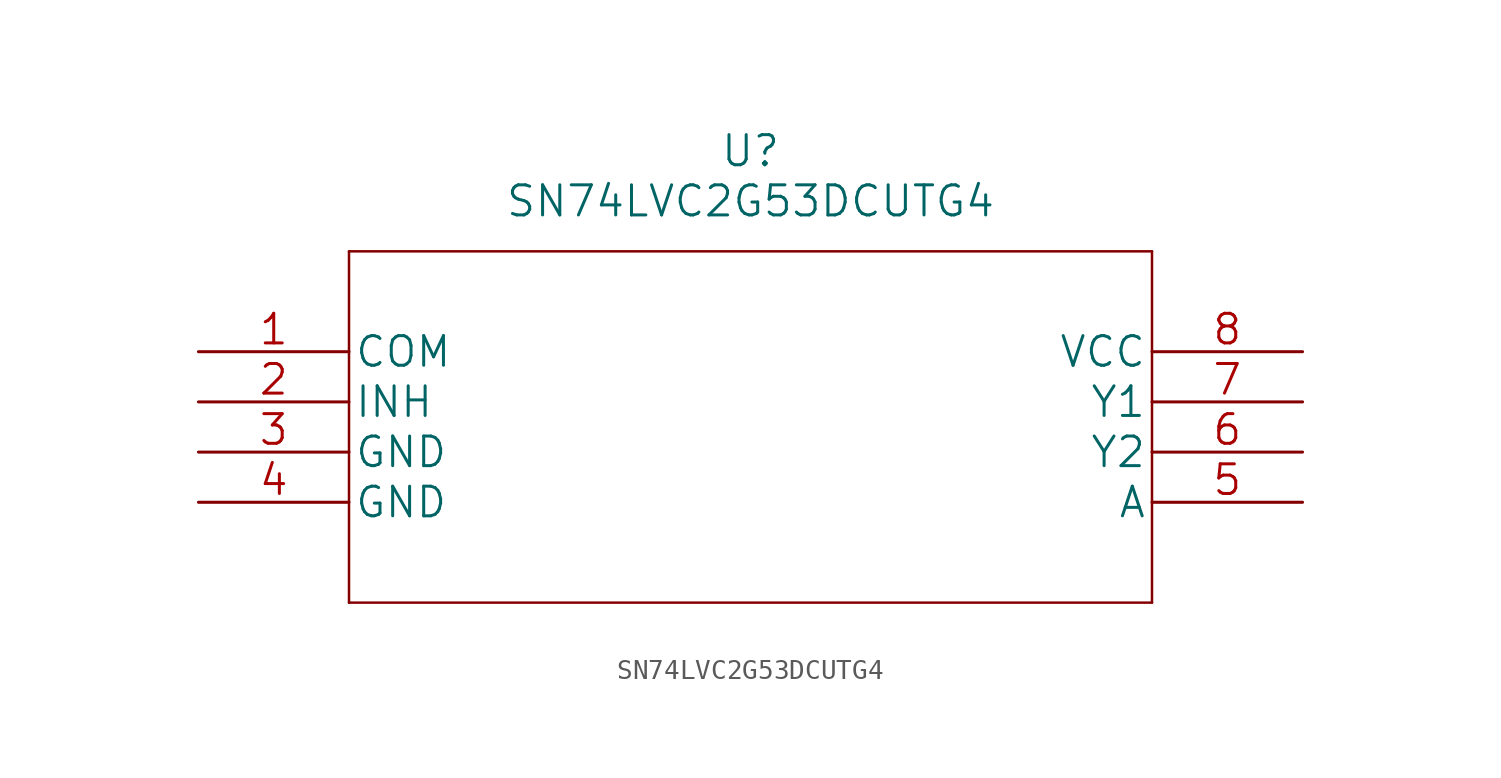
<source format=kicad_sym>
(kicad_symbol_lib
  (version 20211014)
  (generator kicad_symbol_editor)
  (symbol "SN74LVC2G53DCUTG4"
    (pin_names
      (offset 0.254))
    (property "Reference" "U"
      (at 27.94 10.16 0)
      (effects (font (size 1.524 1.524))))
    (property "Value" "SN74LVC2G53DCUTG4"
      (at 27.94 7.62 0)
      (effects (font (size 1.524 1.524))))
    (property "Datasheet" ""
      (at 0 0 0)
      (effects (font (size 1.524 1.524))))
    (property "ki_locked" ""
      (at 0 0 0)
      (effects (font (size 1.27 1.27))))
    (symbol "SN74LVC2G53DCUTG4_1_1"
      (polyline (pts (xy 7.62 -12.7) (xy 48.26 -12.7)) (stroke (width 0.127) (type default) (color 0 0 0 0)) (fill (type none)))
      (polyline (pts (xy 7.62 5.08) (xy 7.62 -12.7)) (stroke (width 0.127) (type default) (color 0 0 0 0)) (fill (type none)))
      (polyline (pts (xy 48.26 -12.7) (xy 48.26 5.08)) (stroke (width 0.127) (type default) (color 0 0 0 0)) (fill (type none)))
      (polyline (pts (xy 48.26 5.08) (xy 7.62 5.08)) (stroke (width 0.127) (type default) (color 0 0 0 0)) (fill (type none)))
      (pin unspecified line (at 0 0 0) (length 7.62) (name "COM" (effects (font (size 1.499 1.499)))) (number "1" (effects (font (size 1.499 1.499)))))
      (pin input line (at 0 -2.54 0) (length 7.62) (name "INH" (effects (font (size 1.499 1.499)))) (number "2" (effects (font (size 1.499 1.499)))))
      (pin power_in line (at 0 -5.08 0) (length 7.62) (name "GND" (effects (font (size 1.499 1.499)))) (number "3" (effects (font (size 1.499 1.499)))))
      (pin power_in line (at 0 -7.62 0) (length 7.62) (name "GND" (effects (font (size 1.499 1.499)))) (number "4" (effects (font (size 1.499 1.499)))))
      (pin input line (at 55.88 -7.62 180) (length 7.62) (name "A" (effects (font (size 1.499 1.499)))) (number "5" (effects (font (size 1.499 1.499)))))
      (pin output line (at 55.88 -5.08 180) (length 7.62) (name "Y2" (effects (font (size 1.499 1.499)))) (number "6" (effects (font (size 1.499 1.499)))))
      (pin output line (at 55.88 -2.54 180) (length 7.62) (name "Y1" (effects (font (size 1.499 1.499)))) (number "7" (effects (font (size 1.499 1.499)))))
      (pin power_in line (at 55.88 0 180) (length 7.62) (name "VCC" (effects (font (size 1.499 1.499)))) (number "8" (effects (font (size 1.499 1.499))))))))
</source>
